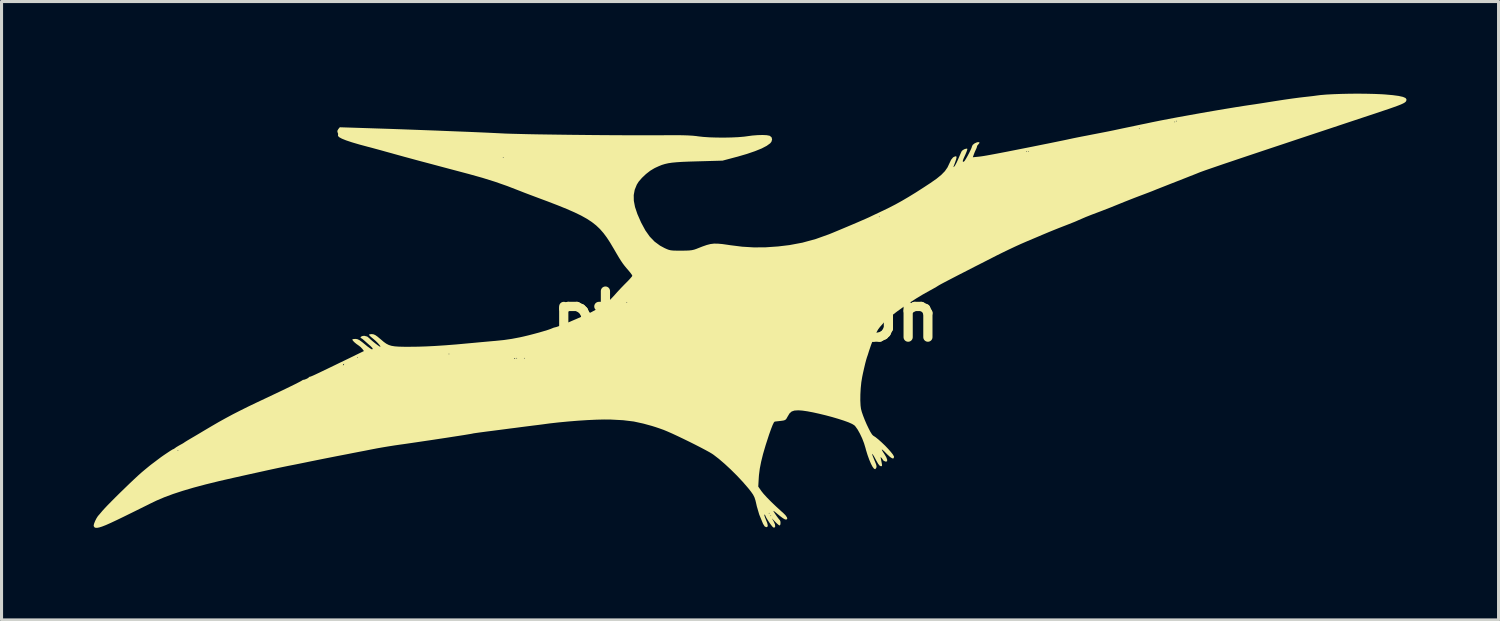
<source format=kicad_pcb>
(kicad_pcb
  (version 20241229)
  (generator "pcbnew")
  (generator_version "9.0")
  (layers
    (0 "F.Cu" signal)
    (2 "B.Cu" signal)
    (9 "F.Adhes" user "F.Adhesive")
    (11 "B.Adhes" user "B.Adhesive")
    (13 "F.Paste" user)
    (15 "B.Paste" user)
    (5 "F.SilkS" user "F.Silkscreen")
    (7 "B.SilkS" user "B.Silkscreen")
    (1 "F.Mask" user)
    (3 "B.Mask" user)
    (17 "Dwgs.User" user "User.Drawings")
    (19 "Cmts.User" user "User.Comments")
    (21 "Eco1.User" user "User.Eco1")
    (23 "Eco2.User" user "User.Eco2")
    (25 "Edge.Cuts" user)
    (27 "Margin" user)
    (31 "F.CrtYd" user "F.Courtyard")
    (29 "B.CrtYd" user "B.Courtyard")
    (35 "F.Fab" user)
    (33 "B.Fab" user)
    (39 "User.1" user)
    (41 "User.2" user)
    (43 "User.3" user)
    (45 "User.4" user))
  (footprint "pteranodon"
    (layer "F.Cu")
    (at 21.236 7.25)
    (property "Reference" "pteranodon" (at 0 0 0) (layer "F.SilkS") (effects (font (size 1.5 1.5) (thickness 0.3))))
    (attr board_only exclude_from_pos_files exclude_from_bom)
    (fp_poly (pts (xy 20.214 -7.247) (xy 20.475 -7.241) (xy 20.713 -7.231) (xy 20.817 -7.224) (xy 21.065 -7.202) (xy 21.258 -7.176) (xy 21.397 -7.145) (xy 21.481 -7.109) (xy 21.511 -7.069) (xy 21.511 -7.066) (xy 21.51 -7.037) (xy 21.503 -7.012) (xy 21.487 -6.987) (xy 21.457 -6.962) (xy 21.409 -6.934) (xy 21.338 -6.901) (xy 21.24 -6.862) (xy 21.111 -6.815) (xy 20.946 -6.757) (xy 20.74 -6.688) (xy 20.491 -6.604) (xy 20.255 -6.526) (xy 19.607 -6.311) (xy 19.009 -6.112) (xy 18.46 -5.93) (xy 17.958 -5.763) (xy 17.5 -5.61) (xy 17.085 -5.472) (xy 16.711 -5.347) (xy 16.376 -5.235) (xy 16.078 -5.135) (xy 15.815 -5.046) (xy 15.585 -4.969) (xy 15.387 -4.901) (xy 15.218 -4.843) (xy 15.076 -4.794) (xy 14.96 -4.754) (xy 14.868 -4.721) (xy 14.797 -4.695) (xy 14.746 -4.675) (xy 14.727 -4.667) (xy 14.683 -4.649) (xy 14.595 -4.614) (xy 14.472 -4.566) (xy 14.321 -4.506) (xy 14.15 -4.439) (xy 14.01 -4.384) (xy 13.828 -4.313) (xy 13.659 -4.246) (xy 13.511 -4.188) (xy 13.392 -4.141) (xy 13.311 -4.108) (xy 13.279 -4.095) (xy 13.224 -4.073) (xy 13.128 -4.036) (xy 13.005 -3.989) (xy 12.867 -3.937) (xy 12.824 -3.921) (xy 12.659 -3.858) (xy 12.483 -3.789) (xy 12.316 -3.723) (xy 12.179 -3.667) (xy 12.176 -3.666) (xy 11.89 -3.55) (xy 11.574 -3.427) (xy 11.266 -3.311) (xy 11.069 -3.233) (xy 10.826 -3.128) (xy 10.77 -3.103) (xy 10.712 -3.078) (xy 10.616 -3.04) (xy 10.495 -2.992) (xy 10.362 -2.94) (xy 10.356 -2.938) (xy 10.199 -2.877) (xy 10.032 -2.81) (xy 9.877 -2.747) (xy 9.777 -2.705) (xy 9.66 -2.656) (xy 9.51 -2.592) (xy 9.342 -2.521) (xy 9.173 -2.45) (xy 9.115 -2.425) (xy 8.958 -2.357) (xy 8.767 -2.27) (xy 8.56 -2.172) (xy 8.351 -2.071) (xy 8.157 -1.975) (xy 8.15 -1.971) (xy 7.78 -1.782) (xy 7.457 -1.618) (xy 7.179 -1.475) (xy 6.942 -1.354) (xy 6.745 -1.252) (xy 6.585 -1.169) (xy 6.459 -1.103) (xy 6.365 -1.053) (xy 6.302 -1.018) (xy 6.265 -0.996) (xy 6.26 -0.993) (xy 6.205 -0.958) (xy 6.116 -0.907) (xy 6.011 -0.849) (xy 5.971 -0.827) (xy 5.767 -0.713) (xy 5.552 -0.583) (xy 5.335 -0.443) (xy 5.124 -0.3) (xy 4.926 -0.158) (xy 4.75 -0.023) (xy 4.604 0.098) (xy 4.496 0.201) (xy 4.47 0.231) (xy 4.417 0.291) (xy 4.376 0.337) (xy 4.372 0.341) (xy 4.306 0.429) (xy 4.233 0.563) (xy 4.155 0.732) (xy 4.079 0.929) (xy 4.006 1.144) (xy 3.998 1.172) (xy 3.971 1.258) (xy 3.946 1.33) (xy 3.942 1.341) (xy 3.92 1.415) (xy 3.889 1.531) (xy 3.854 1.679) (xy 3.816 1.847) (xy 3.79 1.972) (xy 3.761 2.146) (xy 3.741 2.343) (xy 3.73 2.545) (xy 3.728 2.738) (xy 3.736 2.906) (xy 3.75 3.013) (xy 3.777 3.116) (xy 3.821 3.242) (xy 3.875 3.38) (xy 3.936 3.521) (xy 3.999 3.652) (xy 4.057 3.764) (xy 4.108 3.845) (xy 4.145 3.885) (xy 4.146 3.885) (xy 4.224 3.936) (xy 4.32 4.013) (xy 4.426 4.108) (xy 4.535 4.212) (xy 4.637 4.319) (xy 4.724 4.418) (xy 4.789 4.501) (xy 4.823 4.562) (xy 4.826 4.577) (xy 4.812 4.625) (xy 4.769 4.626) (xy 4.698 4.582) (xy 4.601 4.492) (xy 4.587 4.478) (xy 4.516 4.406) (xy 4.46 4.355) (xy 4.429 4.334) (xy 4.427 4.334) (xy 4.435 4.361) (xy 4.468 4.419) (xy 4.51 4.482) (xy 4.572 4.586) (xy 4.602 4.666) (xy 4.601 4.717) (xy 4.566 4.733) (xy 4.544 4.728) (xy 4.492 4.705) (xy 4.474 4.689) (xy 4.452 4.653) (xy 4.424 4.616) (xy 4.395 4.585) (xy 4.389 4.596) (xy 4.399 4.647) (xy 4.422 4.76) (xy 4.434 4.829) (xy 4.435 4.865) (xy 4.424 4.879) (xy 4.401 4.881) (xy 4.394 4.881) (xy 4.356 4.862) (xy 4.308 4.802) (xy 4.247 4.695) (xy 4.236 4.674) (xy 4.182 4.574) (xy 4.141 4.508) (xy 4.117 4.479) (xy 4.113 4.491) (xy 4.131 4.546) (xy 4.14 4.568) (xy 4.175 4.655) (xy 4.206 4.73) (xy 4.242 4.82) (xy 4.256 4.877) (xy 4.254 4.917) (xy 4.241 4.945) (xy 4.214 4.979) (xy 4.178 4.964) (xy 4.173 4.96) (xy 4.128 4.902) (xy 4.075 4.802) (xy 4.019 4.669) (xy 3.964 4.517) (xy 3.914 4.355) (xy 3.897 4.289) (xy 3.85 4.135) (xy 3.788 3.974) (xy 3.715 3.82) (xy 3.64 3.686) (xy 3.568 3.585) (xy 3.534 3.549) (xy 3.462 3.505) (xy 3.346 3.453) (xy 3.192 3.397) (xy 3.011 3.339) (xy 2.811 3.28) (xy 2.601 3.224) (xy 2.39 3.173) (xy 2.187 3.128) (xy 2.001 3.093) (xy 1.841 3.07) (xy 1.715 3.061) (xy 1.708 3.061) (xy 1.582 3.069) (xy 1.492 3.1) (xy 1.422 3.163) (xy 1.358 3.27) (xy 1.352 3.281) (xy 1.317 3.342) (xy 1.28 3.376) (xy 1.222 3.394) (xy 1.138 3.406) (xy 1.044 3.416) (xy 0.969 3.425) (xy 0.939 3.429) (xy 0.913 3.457) (xy 0.874 3.537) (xy 0.824 3.664) (xy 0.762 3.838) (xy 0.754 3.861) (xy 0.646 4.194) (xy 0.561 4.484) (xy 0.498 4.739) (xy 0.454 4.965) (xy 0.428 5.17) (xy 0.422 5.247) (xy 0.405 5.545) (xy 0.505 5.689) (xy 0.579 5.782) (xy 0.689 5.902) (xy 0.827 6.042) (xy 0.987 6.195) (xy 1.161 6.354) (xy 1.211 6.397) (xy 1.293 6.479) (xy 1.34 6.547) (xy 1.35 6.596) (xy 1.32 6.618) (xy 1.307 6.619) (xy 1.268 6.609) (xy 1.209 6.575) (xy 1.125 6.513) (xy 1.009 6.418) (xy 0.986 6.398) (xy 0.929 6.353) (xy 0.898 6.335) (xy 0.897 6.343) (xy 0.948 6.424) (xy 1.005 6.508) (xy 1.058 6.58) (xy 1.096 6.626) (xy 1.105 6.634) (xy 1.124 6.669) (xy 1.13 6.726) (xy 1.124 6.782) (xy 1.105 6.811) (xy 1.101 6.812) (xy 1.067 6.793) (xy 1.011 6.745) (xy 0.96 6.695) (xy 0.848 6.578) (xy 0.912 6.69) (xy 0.948 6.774) (xy 0.957 6.841) (xy 0.939 6.878) (xy 0.898 6.878) (xy 0.865 6.848) (xy 0.815 6.785) (xy 0.757 6.703) (xy 0.702 6.617) (xy 0.658 6.54) (xy 0.638 6.495) (xy 0.8 6.495) (xy 0.814 6.509) (xy 0.827 6.495) (xy 0.814 6.481) (xy 0.8 6.495) (xy 0.638 6.495) (xy 0.635 6.489) (xy 0.634 6.482) (xy 0.614 6.454) (xy 0.607 6.453) (xy 0.603 6.476) (xy 0.619 6.535) (xy 0.648 6.609) (xy 0.697 6.73) (xy 0.715 6.811) (xy 0.703 6.855) (xy 0.664 6.867) (xy 0.613 6.84) (xy 0.561 6.757) (xy 0.558 6.75) (xy 0.438 6.458) (xy 0.424 6.412) (xy 0.745 6.412) (xy 0.758 6.426) (xy 0.772 6.412) (xy 0.758 6.398) (xy 0.745 6.412) (xy 0.424 6.412) (xy 0.357 6.183) (xy 0.345 6.128) (xy 0.315 5.999) (xy 0.282 5.897) (xy 0.236 5.806) (xy 0.168 5.709) (xy 0.077 5.594) (xy -0.096 5.394) (xy -0.287 5.19) (xy -0.488 4.99) (xy -0.689 4.804) (xy -0.879 4.641) (xy -1.049 4.51) (xy -1.097 4.477) (xy -1.182 4.426) (xy -1.308 4.357) (xy -1.465 4.274) (xy -1.644 4.182) (xy -1.836 4.086) (xy -2.031 3.991) (xy -2.221 3.9) (xy -2.395 3.819) (xy -2.545 3.753) (xy -2.66 3.705) (xy -2.675 3.699) (xy -2.803 3.653) (xy -2.933 3.609) (xy -3.041 3.575) (xy -3.061 3.569) (xy -3.178 3.537) (xy -3.301 3.503) (xy -3.351 3.49) (xy -3.65 3.425) (xy -3.997 3.383) (xy -4.394 3.362) (xy -4.619 3.36) (xy -4.867 3.366) (xy -5.153 3.379) (xy -5.464 3.399) (xy -5.784 3.425) (xy -6.098 3.455) (xy -6.392 3.488) (xy -6.509 3.504) (xy -6.65 3.523) (xy -6.808 3.543) (xy -6.922 3.557) (xy -7.016 3.569) (xy -7.151 3.586) (xy -7.316 3.607) (xy -7.497 3.631) (xy -7.681 3.654) (xy -7.876 3.68) (xy -8.077 3.706) (xy -8.27 3.731) (xy -8.437 3.752) (xy -8.549 3.767) (xy -8.679 3.784) (xy -8.791 3.8) (xy -8.872 3.812) (xy -8.908 3.82) (xy -8.95 3.828) (xy -9.039 3.843) (xy -9.17 3.865) (xy -9.337 3.891) (xy -9.532 3.921) (xy -9.749 3.955) (xy -9.982 3.99) (xy -10.224 4.027) (xy -10.469 4.063) (xy -10.711 4.099) (xy -10.942 4.133) (xy -11.156 4.164) (xy -11.252 4.177) (xy -11.443 4.205) (xy -11.646 4.237) (xy -11.843 4.27) (xy -12.013 4.3) (xy -12.079 4.313) (xy -12.21 4.338) (xy -12.38 4.372) (xy -12.579 4.41) (xy -12.791 4.451) (xy -13.003 4.493) (xy -13.086 4.509) (xy -13.3 4.55) (xy -13.523 4.594) (xy -13.741 4.637) (xy -13.939 4.677) (xy -14.102 4.71) (xy -14.148 4.719) (xy -14.327 4.756) (xy -14.524 4.796) (xy -14.713 4.834) (xy -14.873 4.865) (xy -14.879 4.866) (xy -15.021 4.895) (xy -15.2 4.932) (xy -15.396 4.974) (xy -15.594 5.017) (xy -15.706 5.042) (xy -15.91 5.087) (xy -16.138 5.137) (xy -16.367 5.188) (xy -16.576 5.235) (xy -16.658 5.253) (xy -17.148 5.365) (xy -17.587 5.473) (xy -17.981 5.578) (xy -18.333 5.682) (xy -18.648 5.785) (xy -18.931 5.89) (xy -19.185 5.998) (xy -19.385 6.094) (xy -19.45 6.127) (xy -19.557 6.18) (xy -19.697 6.249) (xy -19.862 6.331) (xy -20.045 6.421) (xy -20.236 6.515) (xy -20.252 6.523) (xy -20.49 6.638) (xy -20.684 6.729) (xy -20.839 6.798) (xy -20.962 6.846) (xy -21.055 6.875) (xy -21.126 6.888) (xy -21.178 6.885) (xy -21.201 6.878) (xy -21.23 6.841) (xy -21.236 6.809) (xy -21.222 6.75) (xy -21.189 6.666) (xy -21.145 6.579) (xy -21.101 6.51) (xy -21.088 6.494) (xy -21.054 6.456) (xy -20.999 6.391) (xy -20.951 6.334) (xy -20.886 6.262) (xy -20.789 6.159) (xy -20.665 6.033) (xy -20.523 5.89) (xy -20.369 5.738) (xy -20.211 5.585) (xy -20.057 5.436) (xy -19.912 5.299) (xy -19.786 5.182) (xy -19.684 5.091) (xy -19.65 5.062) (xy -19.541 4.971) (xy -19.462 4.906) (xy -19.402 4.857) (xy -19.348 4.815) (xy -19.289 4.771) (xy -19.236 4.731) (xy -19.166 4.678) (xy -19.113 4.638) (xy -19.098 4.627) (xy -19.045 4.587) (xy -18.967 4.532) (xy -18.878 4.472) (xy -18.79 4.413) (xy -18.725 4.371) (xy -18.505 4.371) (xy -18.492 4.385) (xy -18.478 4.371) (xy -18.492 4.357) (xy -18.505 4.371) (xy -18.725 4.371) (xy -18.715 4.365) (xy -18.666 4.335) (xy -18.653 4.33) (xy -18.619 4.314) (xy -18.59 4.293) (xy -18.541 4.258) (xy -18.464 4.212) (xy -18.423 4.189) (xy -18.349 4.149) (xy -18.298 4.118) (xy -18.285 4.108) (xy -18.256 4.089) (xy -18.192 4.049) (xy -18.103 3.996) (xy -18.064 3.973) (xy -17.936 3.898) (xy -17.794 3.814) (xy -17.669 3.739) (xy -17.664 3.736) (xy -17.404 3.582) (xy -17.165 3.443) (xy -16.936 3.316) (xy -16.707 3.193) (xy -16.468 3.071) (xy -16.209 2.942) (xy -15.917 2.802) (xy -15.637 2.67) (xy -15.411 2.563) (xy -15.196 2.461) (xy -14.997 2.366) (xy -14.821 2.28) (xy -14.672 2.207) (xy -14.557 2.148) (xy -14.481 2.108) (xy -14.449 2.087) (xy -14.448 2.087) (xy -14.417 2.068) (xy -14.413 2.069) (xy -14.374 2.063) (xy -14.315 2.041) (xy -14.26 2.013) (xy -14.231 1.99) (xy -14.231 1.987) (xy -14.209 1.969) (xy -14.196 1.967) (xy -14.184 1.966) (xy -14.164 1.959) (xy -14.131 1.946) (xy -14.082 1.925) (xy -14.012 1.893) (xy -13.917 1.848) (xy -13.792 1.788) (xy -13.633 1.712) (xy -13.437 1.617) (xy -13.397 1.598) (xy -13.121 1.598) (xy -13.117 1.6) (xy -13.092 1.58) (xy -13.086 1.572) (xy -13.079 1.546) (xy -13.083 1.544) (xy -13.108 1.564) (xy -13.114 1.572) (xy -13.121 1.598) (xy -13.397 1.598) (xy -13.198 1.501) (xy -13.009 1.41) (xy -12.907 1.361) (xy -7.547 1.361) (xy -7.544 1.377) (xy -7.529 1.379) (xy -7.506 1.369) (xy -7.508 1.365) (xy -7.474 1.365) (xy -7.46 1.379) (xy -7.446 1.365) (xy -7.226 1.365) (xy -7.212 1.379) (xy -7.198 1.365) (xy -7.212 1.351) (xy -7.226 1.365) (xy -7.446 1.365) (xy -7.46 1.351) (xy -7.474 1.365) (xy -7.508 1.365) (xy -7.511 1.361) (xy -7.543 1.357) (xy -7.547 1.361) (xy -12.907 1.361) (xy -12.86 1.338) (xy -12.659 1.338) (xy -12.645 1.351) (xy -12.631 1.338) (xy -12.645 1.324) (xy -12.659 1.338) (xy -12.86 1.338) (xy -12.633 1.227) (xy -9.68 1.227) (xy -9.666 1.241) (xy -9.653 1.227) (xy -9.666 1.213) (xy -9.68 1.227) (xy -12.633 1.227) (xy -12.435 1.131) (xy -12.485 1.064) (xy -12.547 0.998) (xy -12.603 0.954) (xy -12.681 0.899) (xy -12.75 0.841) (xy -12.798 0.789) (xy -12.815 0.756) (xy -12.813 0.752) (xy -12.775 0.74) (xy -12.708 0.736) (xy -12.701 0.736) (xy -12.642 0.747) (xy -12.577 0.779) (xy -12.493 0.84) (xy -12.411 0.907) (xy -12.321 0.981) (xy -12.243 1.038) (xy -12.189 1.071) (xy -12.174 1.076) (xy -12.147 1.065) (xy -12.162 1.031) (xy -12.219 0.97) (xy -12.269 0.926) (xy -12.345 0.859) (xy -12.415 0.796) (xy -12.432 0.781) (xy -12.487 0.735) (xy -12.528 0.71) (xy -12.528 0.71) (xy -12.55 0.689) (xy -12.531 0.663) (xy -12.484 0.642) (xy -12.427 0.634) (xy -12.328 0.659) (xy -12.271 0.705) (xy -12.217 0.756) (xy -12.143 0.82) (xy -12.062 0.885) (xy -11.986 0.942) (xy -11.929 0.981) (xy -11.904 0.993) (xy -11.9 0.976) (xy -11.929 0.933) (xy -11.982 0.872) (xy -12.051 0.803) (xy -12.127 0.737) (xy -12.136 0.73) (xy -12.207 0.671) (xy -12.256 0.623) (xy -12.273 0.6) (xy -12.248 0.586) (xy -12.189 0.579) (xy -12.177 0.579) (xy -12.124 0.586) (xy -12.066 0.611) (xy -11.995 0.66) (xy -11.897 0.742) (xy -11.878 0.758) (xy -11.79 0.833) (xy -11.71 0.89) (xy -11.631 0.931) (xy -11.542 0.96) (xy -11.433 0.978) (xy -11.297 0.988) (xy -11.122 0.992) (xy -10.938 0.992) (xy -10.673 0.989) (xy -10.398 0.98) (xy -10.106 0.965) (xy -9.786 0.944) (xy -9.429 0.916) (xy -9.06 0.882) (xy -8.86 0.864) (xy -8.659 0.845) (xy -8.469 0.828) (xy -8.305 0.813) (xy -8.179 0.802) (xy -8.163 0.801) (xy -7.877 0.772) (xy -7.618 0.734) (xy -7.356 0.684) (xy -7.239 0.658) (xy -7.076 0.619) (xy -6.902 0.574) (xy -6.732 0.528) (xy -6.575 0.482) (xy -6.444 0.442) (xy -6.35 0.409) (xy -6.325 0.398) (xy -6.259 0.371) (xy -6.214 0.359) (xy -6.212 0.359) (xy -6.167 0.348) (xy -6.082 0.318) (xy -5.963 0.272) (xy -5.821 0.215) (xy -5.664 0.149) (xy -5.5 0.079) (xy -5.339 0.008) (xy -5.189 -0.06) (xy -5.058 -0.122) (xy -5.03 -0.136) (xy -4.783 -0.269) (xy -4.58 -0.404) (xy -4.519 -0.455) (xy -3.889 -0.455) (xy -3.875 -0.441) (xy -3.861 -0.455) (xy -3.875 -0.469) (xy -3.889 -0.455) (xy -4.519 -0.455) (xy -4.409 -0.548) (xy -4.273 -0.693) (xy -4.185 -0.792) (xy -4.075 -0.91) (xy -3.961 -1.028) (xy -3.909 -1.08) (xy -3.822 -1.168) (xy -3.753 -1.244) (xy -3.708 -1.298) (xy -3.696 -1.32) (xy -3.713 -1.355) (xy -3.757 -1.416) (xy -3.813 -1.484) (xy -3.89 -1.573) (xy -3.953 -1.65) (xy -4.01 -1.726) (xy -4.067 -1.81) (xy -4.131 -1.912) (xy -4.208 -2.042) (xy -4.305 -2.209) (xy -4.311 -2.218) (xy -4.42 -2.402) (xy -4.526 -2.564) (xy -4.634 -2.709) (xy -4.748 -2.84) (xy -4.873 -2.959) (xy -5.014 -3.07) (xy -5.176 -3.176) (xy -5.362 -3.28) (xy -5.579 -3.385) (xy -5.83 -3.495) (xy -6.121 -3.613) (xy -6.456 -3.742) (xy -6.743 -3.849) (xy -6.903 -3.909) (xy -7.062 -3.969) (xy -7.205 -4.023) (xy -7.317 -4.067) (xy -7.35 -4.08) (xy -7.768 -4.242) (xy -8.171 -4.383) (xy -8.581 -4.511) (xy -9.018 -4.633) (xy -9.383 -4.73) (xy -9.7 -4.814) (xy -9.974 -4.887) (xy -10.209 -4.95) (xy -10.412 -5.004) (xy -10.587 -5.05) (xy -10.739 -5.091) (xy -10.874 -5.128) (xy -10.996 -5.161) (xy -11.033 -5.171) (xy -7.915 -5.171) (xy -7.901 -5.157) (xy -7.888 -5.171) (xy -7.901 -5.185) (xy -7.915 -5.171) (xy -11.033 -5.171) (xy -11.111 -5.192) (xy -11.223 -5.223) (xy -11.339 -5.255) (xy -11.462 -5.289) (xy -11.528 -5.308) (xy -11.711 -5.358) (xy -11.889 -5.408) (xy -12.052 -5.452) (xy -12.187 -5.489) (xy -12.282 -5.514) (xy -12.292 -5.516) (xy -12.586 -5.595) (xy -12.827 -5.666) (xy -13.016 -5.729) (xy -13.154 -5.785) (xy -13.242 -5.833) (xy -13.281 -5.875) (xy -13.278 -5.903) (xy -13.277 -5.945) (xy -13.291 -5.981) (xy -13.303 -6.035) (xy -13.272 -6.093) (xy -13.271 -6.095) (xy -13.221 -6.156) (xy -12.257 -6.125) (xy -11.929 -6.114) (xy -11.579 -6.103) (xy -11.213 -6.09) (xy -10.837 -6.076) (xy -10.458 -6.062) (xy -10.081 -6.048) (xy -9.713 -6.033) (xy -9.36 -6.019) (xy -9.028 -6.006) (xy -8.723 -5.993) (xy -8.451 -5.981) (xy -8.22 -5.97) (xy -8.034 -5.961) (xy -7.956 -5.957) (xy -7.811 -5.95) (xy -7.616 -5.944) (xy -7.377 -5.938) (xy -7.099 -5.931) (xy -6.788 -5.925) (xy -6.449 -5.92) (xy -6.089 -5.915) (xy -5.711 -5.91) (xy -5.322 -5.906) (xy -4.927 -5.902) (xy -4.532 -5.899) (xy -4.142 -5.897) (xy -3.763 -5.895) (xy -3.4 -5.895) (xy -3.059 -5.895) (xy -2.745 -5.896) (xy -2.551 -5.897) (xy -2.283 -5.898) (xy -2.062 -5.896) (xy -1.88 -5.89) (xy -1.73 -5.881) (xy -1.603 -5.868) (xy -1.558 -5.861) (xy -1.387 -5.842) (xy -1.178 -5.828) (xy -0.945 -5.821) (xy -0.702 -5.819) (xy -0.464 -5.824) (xy -0.245 -5.834) (xy -0.058 -5.85) (xy 0.025 -5.861) (xy 0.208 -5.886) (xy 0.386 -5.9) (xy 0.547 -5.904) (xy 0.68 -5.898) (xy 0.772 -5.88) (xy 0.779 -5.878) (xy 0.838 -5.83) (xy 0.856 -5.76) (xy 0.833 -5.682) (xy 0.793 -5.633) (xy 0.68 -5.551) (xy 0.515 -5.465) (xy 0.3 -5.378) (xy 0.037 -5.288) (xy -0.271 -5.198) (xy -0.345 -5.179) (xy -0.758 -5.069) (xy -1.586 -5.046) (xy -1.853 -5.038) (xy -2.073 -5.029) (xy -2.254 -5.017) (xy -2.403 -5.003) (xy -2.528 -4.984) (xy -2.637 -4.959) (xy -2.738 -4.928) (xy -2.838 -4.887) (xy -2.945 -4.838) (xy -2.979 -4.821) (xy -3.112 -4.741) (xy -3.251 -4.633) (xy -3.382 -4.509) (xy -3.489 -4.385) (xy -3.55 -4.288) (xy -3.618 -4.121) (xy -3.65 -3.948) (xy -3.647 -3.763) (xy -3.608 -3.559) (xy -3.531 -3.33) (xy -3.416 -3.068) (xy -3.406 -3.047) (xy -3.271 -2.797) (xy -3.128 -2.595) (xy -2.971 -2.432) (xy -2.793 -2.301) (xy -2.648 -2.223) (xy -2.571 -2.188) (xy -2.507 -2.164) (xy -2.441 -2.149) (xy -2.359 -2.141) (xy -2.249 -2.138) (xy -2.11 -2.138) (xy -1.956 -2.139) (xy -1.843 -2.144) (xy -1.757 -2.154) (xy -1.682 -2.171) (xy -1.606 -2.197) (xy -1.572 -2.211) (xy -1.406 -2.276) (xy -1.27 -2.323) (xy -1.152 -2.353) (xy -1.037 -2.367) (xy -0.913 -2.366) (xy -0.765 -2.353) (xy -0.581 -2.327) (xy -0.51 -2.316) (xy -0.119 -2.267) (xy 0.262 -2.244) (xy 0.647 -2.247) (xy 1.052 -2.275) (xy 1.42 -2.319) (xy 1.842 -2.398) (xy 2.28 -2.518) (xy 2.705 -2.67) (xy 2.819 -2.716) (xy 2.963 -2.776) (xy 3.128 -2.845) (xy 3.302 -2.918) (xy 3.477 -2.992) (xy 3.644 -3.063) (xy 3.791 -3.127) (xy 3.911 -3.179) (xy 3.993 -3.216) (xy 4.013 -3.225) (xy 4.045 -3.24) (xy 4.33 -3.24) (xy 4.344 -3.227) (xy 4.357 -3.24) (xy 4.344 -3.254) (xy 4.33 -3.24) (xy 4.045 -3.24) (xy 4.08 -3.257) (xy 4.184 -3.307) (xy 4.31 -3.366) (xy 4.444 -3.43) (xy 4.454 -3.434) (xy 4.668 -3.538) (xy 4.875 -3.645) (xy 5.083 -3.76) (xy 5.301 -3.888) (xy 5.539 -4.034) (xy 5.805 -4.205) (xy 6.012 -4.341) (xy 6.211 -4.48) (xy 6.365 -4.606) (xy 6.482 -4.726) (xy 6.567 -4.848) (xy 6.625 -4.971) (xy 6.684 -5.097) (xy 6.745 -5.171) (xy 6.763 -5.184) (xy 6.82 -5.21) (xy 6.853 -5.21) (xy 6.862 -5.179) (xy 6.848 -5.111) (xy 6.811 -5.001) (xy 6.771 -4.895) (xy 6.759 -4.858) (xy 6.776 -4.867) (xy 6.791 -4.881) (xy 6.822 -4.926) (xy 6.864 -5.006) (xy 6.91 -5.106) (xy 6.92 -5.13) (xy 6.964 -5.232) (xy 7.001 -5.318) (xy 7.026 -5.372) (xy 7.03 -5.378) (xy 7.067 -5.414) (xy 7.126 -5.445) (xy 7.184 -5.461) (xy 7.213 -5.455) (xy 7.21 -5.424) (xy 7.187 -5.357) (xy 7.15 -5.268) (xy 7.145 -5.258) (xy 7.094 -5.145) (xy 7.068 -5.074) (xy 7.065 -5.038) (xy 7.084 -5.032) (xy 7.1 -5.036) (xy 7.127 -5.065) (xy 7.169 -5.131) (xy 7.22 -5.22) (xy 7.272 -5.318) (xy 7.318 -5.412) (xy 7.351 -5.488) (xy 7.364 -5.533) (xy 7.387 -5.581) (xy 7.446 -5.629) (xy 7.524 -5.665) (xy 7.536 -5.668) (xy 7.596 -5.672) (xy 7.61 -5.647) (xy 7.575 -5.602) (xy 7.57 -5.598) (xy 7.535 -5.555) (xy 7.529 -5.533) (xy 7.517 -5.487) (xy 7.492 -5.432) (xy 7.457 -5.355) (xy 7.424 -5.271) (xy 7.392 -5.179) (xy 7.592 -5.199) (xy 7.656 -5.207) (xy 7.745 -5.22) (xy 7.862 -5.24) (xy 8.01 -5.267) (xy 8.192 -5.301) (xy 8.411 -5.343) (xy 8.52 -5.364) (xy 9.129 -5.364) (xy 9.142 -5.35) (xy 9.156 -5.364) (xy 9.184 -5.364) (xy 9.198 -5.35) (xy 9.211 -5.364) (xy 9.198 -5.378) (xy 9.184 -5.364) (xy 9.156 -5.364) (xy 9.142 -5.378) (xy 9.129 -5.364) (xy 8.52 -5.364) (xy 8.671 -5.394) (xy 8.975 -5.454) (xy 9.325 -5.523) (xy 9.725 -5.604) (xy 9.832 -5.625) (xy 10.013 -5.662) (xy 10.188 -5.698) (xy 10.345 -5.73) (xy 10.473 -5.757) (xy 10.559 -5.776) (xy 10.563 -5.776) (xy 10.649 -5.795) (xy 10.776 -5.821) (xy 10.932 -5.852) (xy 11.105 -5.885) (xy 11.252 -5.914) (xy 11.423 -5.947) (xy 11.583 -5.978) (xy 11.722 -6.005) (xy 11.828 -6.026) (xy 11.886 -6.038) (xy 11.974 -6.056) (xy 12.105 -6.084) (xy 12.222 -6.109) (xy 12.797 -6.109) (xy 12.81 -6.095) (xy 12.824 -6.109) (xy 12.81 -6.122) (xy 12.797 -6.109) (xy 12.222 -6.109) (xy 12.269 -6.119) (xy 12.457 -6.158) (xy 12.657 -6.2) (xy 12.86 -6.243) (xy 13.056 -6.283) (xy 13.234 -6.321) (xy 13.276 -6.329) (xy 13.955 -6.329) (xy 13.969 -6.316) (xy 13.982 -6.329) (xy 13.969 -6.343) (xy 13.955 -6.329) (xy 13.276 -6.329) (xy 13.279 -6.33) (xy 13.413 -6.357) (xy 14.01 -6.357) (xy 14.024 -6.343) (xy 14.038 -6.357) (xy 14.024 -6.371) (xy 14.01 -6.357) (xy 13.413 -6.357) (xy 13.496 -6.374) (xy 13.756 -6.424) (xy 14.048 -6.479) (xy 14.364 -6.536) (xy 14.692 -6.595) (xy 15.025 -6.654) (xy 15.352 -6.71) (xy 15.663 -6.762) (xy 15.949 -6.809) (xy 16.2 -6.849) (xy 16.407 -6.88) (xy 16.409 -6.88) (xy 16.567 -6.903) (xy 16.744 -6.93) (xy 16.908 -6.956) (xy 16.933 -6.96) (xy 17.236 -7.008) (xy 17.526 -7.053) (xy 17.792 -7.091) (xy 18.025 -7.122) (xy 18.214 -7.144) (xy 18.216 -7.144) (xy 18.342 -7.158) (xy 18.455 -7.171) (xy 18.539 -7.182) (xy 18.567 -7.186) (xy 18.715 -7.205) (xy 18.908 -7.221) (xy 19.137 -7.233) (xy 19.392 -7.242) (xy 19.663 -7.248) (xy 19.94 -7.25)) (stroke (width 0) (type solid)) (fill yes) (layer "F.SilkS")))
  (gr_rect
    (start -3 -3)
    (end 45.747 17.137)
    (stroke (width 0.1) (type default))
    (fill no)
    (layer "Edge.Cuts")))
</source>
